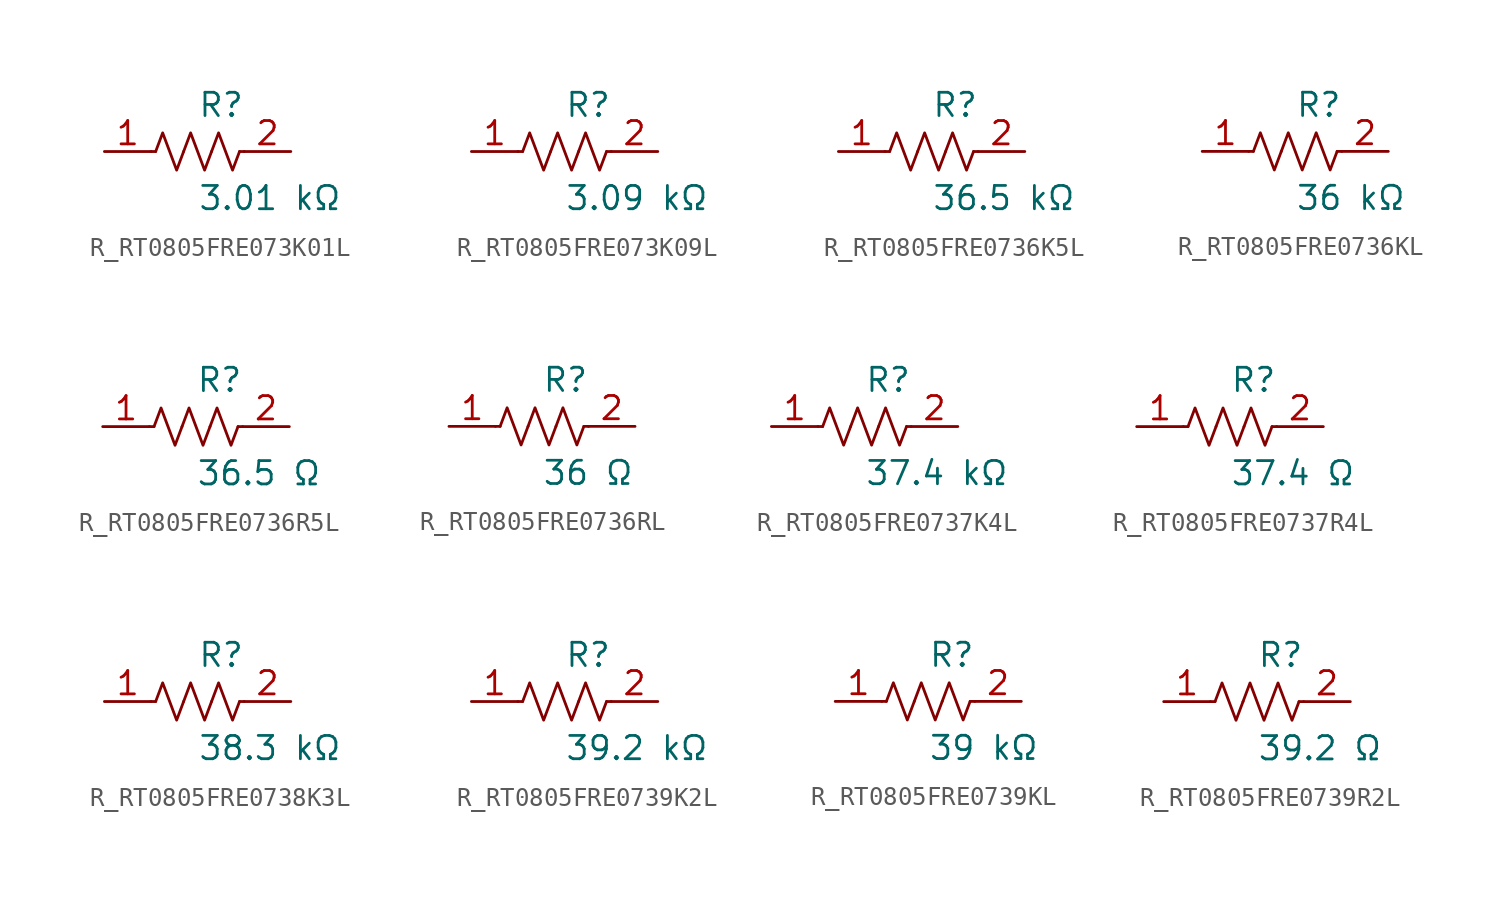
<source format=kicad_sym>
(kicad_symbol_lib
  (version 20231120)
  (generator kicad_symbol_editor)
  (generator_version 8.0)
  (symbol "R_RT0805FRE073K01L"
    (pin_names
      (offset 0.254))
    (property "Reference" "R"
      (at 0 2.54 0)
      (effects (font (size 1.27 1.27)) (justify left)))
    (property "Value" "3.01 kΩ"
      (at 0 -2.54 0)
      (effects (font (size 1.27 1.27)) (justify left)))
    (symbol "R_RT0805FRE073K01L_0_1"
      (polyline (pts (xy 2.286 0) (xy 2.54 0)) (stroke (width 0) (type default)) (fill (type none)))
      (polyline (pts (xy -2.286 0) (xy -2.54 0)) (stroke (width 0) (type default)) (fill (type none)))
      (polyline (pts (xy 0.762 0) (xy 1.143 1.016) (xy 1.524 0) (xy 1.905 -1.016) (xy 2.286 0)) (stroke (width 0) (type default)) (fill (type none)))
      (polyline (pts (xy -0.762 0) (xy -0.381 1.016) (xy 0 0) (xy 0.381 -1.016) (xy 0.762 0)) (stroke (width 0) (type default)) (fill (type none)))
      (polyline (pts (xy -2.286 0) (xy -1.905 1.016) (xy -1.524 0) (xy -1.143 -1.016) (xy -0.762 0)) (stroke (width 0) (type default)) (fill (type none))))
    (pin passive line
      (at -5.08 0 0)
      (length 2.54)
      (name "" (effects (font (size 1.27 1.27))))
      (number "1" (effects (font (size 1.27 1.27)))))
    (pin passive line
      (at 5.08 0 180)
      (length 2.54)
      (name "" (effects (font (size 1.27 1.27))))
      (number "2" (effects (font (size 1.27 1.27))))))
  (symbol "R_RT0805FRE073K09L"
    (pin_names
      (offset 0.254))
    (property "Reference" "R"
      (at 0 2.54 0)
      (effects (font (size 1.27 1.27)) (justify left)))
    (property "Value" "3.09 kΩ"
      (at 0 -2.54 0)
      (effects (font (size 1.27 1.27)) (justify left)))
    (symbol "R_RT0805FRE073K09L_0_1"
      (polyline (pts (xy 2.286 0) (xy 2.54 0)) (stroke (width 0) (type default)) (fill (type none)))
      (polyline (pts (xy -2.286 0) (xy -2.54 0)) (stroke (width 0) (type default)) (fill (type none)))
      (polyline (pts (xy 0.762 0) (xy 1.143 1.016) (xy 1.524 0) (xy 1.905 -1.016) (xy 2.286 0)) (stroke (width 0) (type default)) (fill (type none)))
      (polyline (pts (xy -0.762 0) (xy -0.381 1.016) (xy 0 0) (xy 0.381 -1.016) (xy 0.762 0)) (stroke (width 0) (type default)) (fill (type none)))
      (polyline (pts (xy -2.286 0) (xy -1.905 1.016) (xy -1.524 0) (xy -1.143 -1.016) (xy -0.762 0)) (stroke (width 0) (type default)) (fill (type none))))
    (pin passive line
      (at -5.08 0 0)
      (length 2.54)
      (name "" (effects (font (size 1.27 1.27))))
      (number "1" (effects (font (size 1.27 1.27)))))
    (pin passive line
      (at 5.08 0 180)
      (length 2.54)
      (name "" (effects (font (size 1.27 1.27))))
      (number "2" (effects (font (size 1.27 1.27))))))
  (symbol "R_RT0805FRE0736K5L"
    (pin_names
      (offset 0.254))
    (property "Reference" "R"
      (at 0 2.54 0)
      (effects (font (size 1.27 1.27)) (justify left)))
    (property "Value" "36.5 kΩ"
      (at 0 -2.54 0)
      (effects (font (size 1.27 1.27)) (justify left)))
    (symbol "R_RT0805FRE0736K5L_0_1"
      (polyline (pts (xy 2.286 0) (xy 2.54 0)) (stroke (width 0) (type default)) (fill (type none)))
      (polyline (pts (xy -2.286 0) (xy -2.54 0)) (stroke (width 0) (type default)) (fill (type none)))
      (polyline (pts (xy 0.762 0) (xy 1.143 1.016) (xy 1.524 0) (xy 1.905 -1.016) (xy 2.286 0)) (stroke (width 0) (type default)) (fill (type none)))
      (polyline (pts (xy -0.762 0) (xy -0.381 1.016) (xy 0 0) (xy 0.381 -1.016) (xy 0.762 0)) (stroke (width 0) (type default)) (fill (type none)))
      (polyline (pts (xy -2.286 0) (xy -1.905 1.016) (xy -1.524 0) (xy -1.143 -1.016) (xy -0.762 0)) (stroke (width 0) (type default)) (fill (type none))))
    (pin passive line
      (at -5.08 0 0)
      (length 2.54)
      (name "" (effects (font (size 1.27 1.27))))
      (number "1" (effects (font (size 1.27 1.27)))))
    (pin passive line
      (at 5.08 0 180)
      (length 2.54)
      (name "" (effects (font (size 1.27 1.27))))
      (number "2" (effects (font (size 1.27 1.27))))))
  (symbol "R_RT0805FRE0736KL"
    (pin_names
      (offset 0.254))
    (property "Reference" "R"
      (at 0 2.54 0)
      (effects (font (size 1.27 1.27)) (justify left)))
    (property "Value" "36 kΩ"
      (at 0 -2.54 0)
      (effects (font (size 1.27 1.27)) (justify left)))
    (symbol "R_RT0805FRE0736KL_0_1"
      (polyline (pts (xy 2.286 0) (xy 2.54 0)) (stroke (width 0) (type default)) (fill (type none)))
      (polyline (pts (xy -2.286 0) (xy -2.54 0)) (stroke (width 0) (type default)) (fill (type none)))
      (polyline (pts (xy 0.762 0) (xy 1.143 1.016) (xy 1.524 0) (xy 1.905 -1.016) (xy 2.286 0)) (stroke (width 0) (type default)) (fill (type none)))
      (polyline (pts (xy -0.762 0) (xy -0.381 1.016) (xy 0 0) (xy 0.381 -1.016) (xy 0.762 0)) (stroke (width 0) (type default)) (fill (type none)))
      (polyline (pts (xy -2.286 0) (xy -1.905 1.016) (xy -1.524 0) (xy -1.143 -1.016) (xy -0.762 0)) (stroke (width 0) (type default)) (fill (type none))))
    (pin passive line
      (at -5.08 0 0)
      (length 2.54)
      (name "" (effects (font (size 1.27 1.27))))
      (number "1" (effects (font (size 1.27 1.27)))))
    (pin passive line
      (at 5.08 0 180)
      (length 2.54)
      (name "" (effects (font (size 1.27 1.27))))
      (number "2" (effects (font (size 1.27 1.27))))))
  (symbol "R_RT0805FRE0736R5L"
    (pin_names
      (offset 0.254))
    (property "Reference" "R"
      (at 0 2.54 0)
      (effects (font (size 1.27 1.27)) (justify left)))
    (property "Value" "36.5 Ω"
      (at 0 -2.54 0)
      (effects (font (size 1.27 1.27)) (justify left)))
    (symbol "R_RT0805FRE0736R5L_0_1"
      (polyline (pts (xy 2.286 0) (xy 2.54 0)) (stroke (width 0) (type default)) (fill (type none)))
      (polyline (pts (xy -2.286 0) (xy -2.54 0)) (stroke (width 0) (type default)) (fill (type none)))
      (polyline (pts (xy 0.762 0) (xy 1.143 1.016) (xy 1.524 0) (xy 1.905 -1.016) (xy 2.286 0)) (stroke (width 0) (type default)) (fill (type none)))
      (polyline (pts (xy -0.762 0) (xy -0.381 1.016) (xy 0 0) (xy 0.381 -1.016) (xy 0.762 0)) (stroke (width 0) (type default)) (fill (type none)))
      (polyline (pts (xy -2.286 0) (xy -1.905 1.016) (xy -1.524 0) (xy -1.143 -1.016) (xy -0.762 0)) (stroke (width 0) (type default)) (fill (type none))))
    (pin passive line
      (at -5.08 0 0)
      (length 2.54)
      (name "" (effects (font (size 1.27 1.27))))
      (number "1" (effects (font (size 1.27 1.27)))))
    (pin passive line
      (at 5.08 0 180)
      (length 2.54)
      (name "" (effects (font (size 1.27 1.27))))
      (number "2" (effects (font (size 1.27 1.27))))))
  (symbol "R_RT0805FRE0736RL"
    (pin_names
      (offset 0.254))
    (property "Reference" "R"
      (at 0 2.54 0)
      (effects (font (size 1.27 1.27)) (justify left)))
    (property "Value" "36 Ω"
      (at 0 -2.54 0)
      (effects (font (size 1.27 1.27)) (justify left)))
    (symbol "R_RT0805FRE0736RL_0_1"
      (polyline (pts (xy 2.286 0) (xy 2.54 0)) (stroke (width 0) (type default)) (fill (type none)))
      (polyline (pts (xy -2.286 0) (xy -2.54 0)) (stroke (width 0) (type default)) (fill (type none)))
      (polyline (pts (xy 0.762 0) (xy 1.143 1.016) (xy 1.524 0) (xy 1.905 -1.016) (xy 2.286 0)) (stroke (width 0) (type default)) (fill (type none)))
      (polyline (pts (xy -0.762 0) (xy -0.381 1.016) (xy 0 0) (xy 0.381 -1.016) (xy 0.762 0)) (stroke (width 0) (type default)) (fill (type none)))
      (polyline (pts (xy -2.286 0) (xy -1.905 1.016) (xy -1.524 0) (xy -1.143 -1.016) (xy -0.762 0)) (stroke (width 0) (type default)) (fill (type none))))
    (pin passive line
      (at -5.08 0 0)
      (length 2.54)
      (name "" (effects (font (size 1.27 1.27))))
      (number "1" (effects (font (size 1.27 1.27)))))
    (pin passive line
      (at 5.08 0 180)
      (length 2.54)
      (name "" (effects (font (size 1.27 1.27))))
      (number "2" (effects (font (size 1.27 1.27))))))
  (symbol "R_RT0805FRE0737K4L"
    (pin_names
      (offset 0.254))
    (property "Reference" "R"
      (at 0 2.54 0)
      (effects (font (size 1.27 1.27)) (justify left)))
    (property "Value" "37.4 kΩ"
      (at 0 -2.54 0)
      (effects (font (size 1.27 1.27)) (justify left)))
    (symbol "R_RT0805FRE0737K4L_0_1"
      (polyline (pts (xy 2.286 0) (xy 2.54 0)) (stroke (width 0) (type default)) (fill (type none)))
      (polyline (pts (xy -2.286 0) (xy -2.54 0)) (stroke (width 0) (type default)) (fill (type none)))
      (polyline (pts (xy 0.762 0) (xy 1.143 1.016) (xy 1.524 0) (xy 1.905 -1.016) (xy 2.286 0)) (stroke (width 0) (type default)) (fill (type none)))
      (polyline (pts (xy -0.762 0) (xy -0.381 1.016) (xy 0 0) (xy 0.381 -1.016) (xy 0.762 0)) (stroke (width 0) (type default)) (fill (type none)))
      (polyline (pts (xy -2.286 0) (xy -1.905 1.016) (xy -1.524 0) (xy -1.143 -1.016) (xy -0.762 0)) (stroke (width 0) (type default)) (fill (type none))))
    (pin passive line
      (at -5.08 0 0)
      (length 2.54)
      (name "" (effects (font (size 1.27 1.27))))
      (number "1" (effects (font (size 1.27 1.27)))))
    (pin passive line
      (at 5.08 0 180)
      (length 2.54)
      (name "" (effects (font (size 1.27 1.27))))
      (number "2" (effects (font (size 1.27 1.27))))))
  (symbol "R_RT0805FRE0737R4L"
    (pin_names
      (offset 0.254))
    (property "Reference" "R"
      (at 0 2.54 0)
      (effects (font (size 1.27 1.27)) (justify left)))
    (property "Value" "37.4 Ω"
      (at 0 -2.54 0)
      (effects (font (size 1.27 1.27)) (justify left)))
    (symbol "R_RT0805FRE0737R4L_0_1"
      (polyline (pts (xy 2.286 0) (xy 2.54 0)) (stroke (width 0) (type default)) (fill (type none)))
      (polyline (pts (xy -2.286 0) (xy -2.54 0)) (stroke (width 0) (type default)) (fill (type none)))
      (polyline (pts (xy 0.762 0) (xy 1.143 1.016) (xy 1.524 0) (xy 1.905 -1.016) (xy 2.286 0)) (stroke (width 0) (type default)) (fill (type none)))
      (polyline (pts (xy -0.762 0) (xy -0.381 1.016) (xy 0 0) (xy 0.381 -1.016) (xy 0.762 0)) (stroke (width 0) (type default)) (fill (type none)))
      (polyline (pts (xy -2.286 0) (xy -1.905 1.016) (xy -1.524 0) (xy -1.143 -1.016) (xy -0.762 0)) (stroke (width 0) (type default)) (fill (type none))))
    (pin passive line
      (at -5.08 0 0)
      (length 2.54)
      (name "" (effects (font (size 1.27 1.27))))
      (number "1" (effects (font (size 1.27 1.27)))))
    (pin passive line
      (at 5.08 0 180)
      (length 2.54)
      (name "" (effects (font (size 1.27 1.27))))
      (number "2" (effects (font (size 1.27 1.27))))))
  (symbol "R_RT0805FRE0738K3L"
    (pin_names
      (offset 0.254))
    (property "Reference" "R"
      (at 0 2.54 0)
      (effects (font (size 1.27 1.27)) (justify left)))
    (property "Value" "38.3 kΩ"
      (at 0 -2.54 0)
      (effects (font (size 1.27 1.27)) (justify left)))
    (symbol "R_RT0805FRE0738K3L_0_1"
      (polyline (pts (xy 2.286 0) (xy 2.54 0)) (stroke (width 0) (type default)) (fill (type none)))
      (polyline (pts (xy -2.286 0) (xy -2.54 0)) (stroke (width 0) (type default)) (fill (type none)))
      (polyline (pts (xy 0.762 0) (xy 1.143 1.016) (xy 1.524 0) (xy 1.905 -1.016) (xy 2.286 0)) (stroke (width 0) (type default)) (fill (type none)))
      (polyline (pts (xy -0.762 0) (xy -0.381 1.016) (xy 0 0) (xy 0.381 -1.016) (xy 0.762 0)) (stroke (width 0) (type default)) (fill (type none)))
      (polyline (pts (xy -2.286 0) (xy -1.905 1.016) (xy -1.524 0) (xy -1.143 -1.016) (xy -0.762 0)) (stroke (width 0) (type default)) (fill (type none))))
    (pin passive line
      (at -5.08 0 0)
      (length 2.54)
      (name "" (effects (font (size 1.27 1.27))))
      (number "1" (effects (font (size 1.27 1.27)))))
    (pin passive line
      (at 5.08 0 180)
      (length 2.54)
      (name "" (effects (font (size 1.27 1.27))))
      (number "2" (effects (font (size 1.27 1.27))))))
  (symbol "R_RT0805FRE0739K2L"
    (pin_names
      (offset 0.254))
    (property "Reference" "R"
      (at 0 2.54 0)
      (effects (font (size 1.27 1.27)) (justify left)))
    (property "Value" "39.2 kΩ"
      (at 0 -2.54 0)
      (effects (font (size 1.27 1.27)) (justify left)))
    (symbol "R_RT0805FRE0739K2L_0_1"
      (polyline (pts (xy 2.286 0) (xy 2.54 0)) (stroke (width 0) (type default)) (fill (type none)))
      (polyline (pts (xy -2.286 0) (xy -2.54 0)) (stroke (width 0) (type default)) (fill (type none)))
      (polyline (pts (xy 0.762 0) (xy 1.143 1.016) (xy 1.524 0) (xy 1.905 -1.016) (xy 2.286 0)) (stroke (width 0) (type default)) (fill (type none)))
      (polyline (pts (xy -0.762 0) (xy -0.381 1.016) (xy 0 0) (xy 0.381 -1.016) (xy 0.762 0)) (stroke (width 0) (type default)) (fill (type none)))
      (polyline (pts (xy -2.286 0) (xy -1.905 1.016) (xy -1.524 0) (xy -1.143 -1.016) (xy -0.762 0)) (stroke (width 0) (type default)) (fill (type none))))
    (pin passive line
      (at -5.08 0 0)
      (length 2.54)
      (name "" (effects (font (size 1.27 1.27))))
      (number "1" (effects (font (size 1.27 1.27)))))
    (pin passive line
      (at 5.08 0 180)
      (length 2.54)
      (name "" (effects (font (size 1.27 1.27))))
      (number "2" (effects (font (size 1.27 1.27))))))
  (symbol "R_RT0805FRE0739KL"
    (pin_names
      (offset 0.254))
    (property "Reference" "R"
      (at 0 2.54 0)
      (effects (font (size 1.27 1.27)) (justify left)))
    (property "Value" "39 kΩ"
      (at 0 -2.54 0)
      (effects (font (size 1.27 1.27)) (justify left)))
    (symbol "R_RT0805FRE0739KL_0_1"
      (polyline (pts (xy 2.286 0) (xy 2.54 0)) (stroke (width 0) (type default)) (fill (type none)))
      (polyline (pts (xy -2.286 0) (xy -2.54 0)) (stroke (width 0) (type default)) (fill (type none)))
      (polyline (pts (xy 0.762 0) (xy 1.143 1.016) (xy 1.524 0) (xy 1.905 -1.016) (xy 2.286 0)) (stroke (width 0) (type default)) (fill (type none)))
      (polyline (pts (xy -0.762 0) (xy -0.381 1.016) (xy 0 0) (xy 0.381 -1.016) (xy 0.762 0)) (stroke (width 0) (type default)) (fill (type none)))
      (polyline (pts (xy -2.286 0) (xy -1.905 1.016) (xy -1.524 0) (xy -1.143 -1.016) (xy -0.762 0)) (stroke (width 0) (type default)) (fill (type none))))
    (pin passive line
      (at -5.08 0 0)
      (length 2.54)
      (name "" (effects (font (size 1.27 1.27))))
      (number "1" (effects (font (size 1.27 1.27)))))
    (pin passive line
      (at 5.08 0 180)
      (length 2.54)
      (name "" (effects (font (size 1.27 1.27))))
      (number "2" (effects (font (size 1.27 1.27))))))
  (symbol "R_RT0805FRE0739R2L"
    (pin_names
      (offset 0.254))
    (property "Reference" "R"
      (at 0 2.54 0)
      (effects (font (size 1.27 1.27)) (justify left)))
    (property "Value" "39.2 Ω"
      (at 0 -2.54 0)
      (effects (font (size 1.27 1.27)) (justify left)))
    (symbol "R_RT0805FRE0739R2L_0_1"
      (polyline (pts (xy 2.286 0) (xy 2.54 0)) (stroke (width 0) (type default)) (fill (type none)))
      (polyline (pts (xy -2.286 0) (xy -2.54 0)) (stroke (width 0) (type default)) (fill (type none)))
      (polyline (pts (xy 0.762 0) (xy 1.143 1.016) (xy 1.524 0) (xy 1.905 -1.016) (xy 2.286 0)) (stroke (width 0) (type default)) (fill (type none)))
      (polyline (pts (xy -0.762 0) (xy -0.381 1.016) (xy 0 0) (xy 0.381 -1.016) (xy 0.762 0)) (stroke (width 0) (type default)) (fill (type none)))
      (polyline (pts (xy -2.286 0) (xy -1.905 1.016) (xy -1.524 0) (xy -1.143 -1.016) (xy -0.762 0)) (stroke (width 0) (type default)) (fill (type none))))
    (pin passive line
      (at -5.08 0 0)
      (length 2.54)
      (name "" (effects (font (size 1.27 1.27))))
      (number "1" (effects (font (size 1.27 1.27)))))
    (pin passive line
      (at 5.08 0 180)
      (length 2.54)
      (name "" (effects (font (size 1.27 1.27))))
      (number "2" (effects (font (size 1.27 1.27)))))))
</source>
